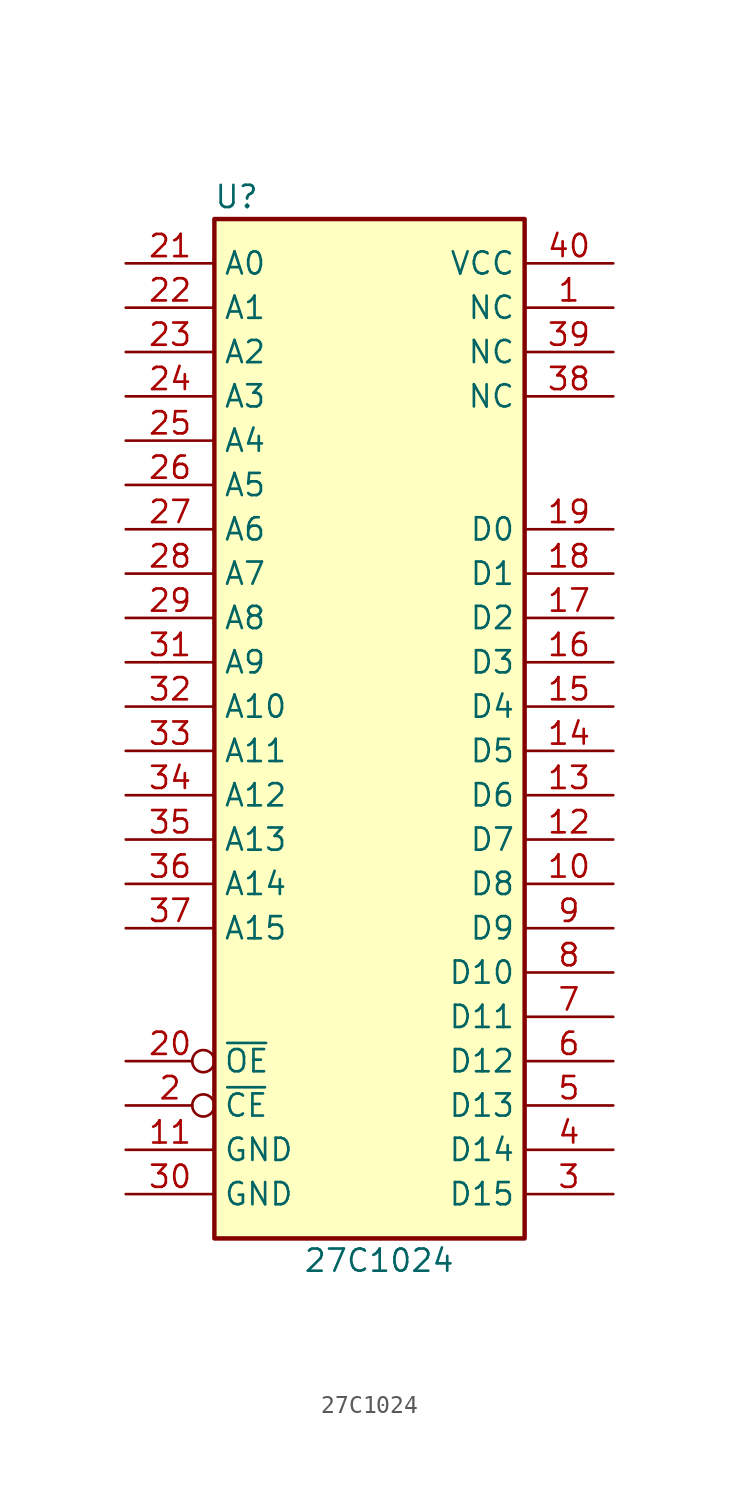
<source format=kicad_sym>
(kicad_symbol_lib
  (version 20211014)
  (generator kicad_symbol_editor)
  (symbol "27C1024"
    (property "Reference" "U"
      (at -7.62 26.67 0)
      (effects (font (size 1.27 1.27))))
    (property "Value" "27C1024"
      (at -3.81 -34.29 0)
      (effects (font (size 1.27 1.27)) (justify left)))
    (symbol "27C1024_0_0"
      (pin input line (at 13.97 20.32 180) (length 5.08) (name "NC" (effects (font (size 1.27 1.27)))) (number "1" (effects (font (size 1.27 1.27)))))
      (pin power_in line (at -13.97 -30.48 0) (length 5.08) (name "GND" (effects (font (size 1.27 1.27)))) (number "30" (effects (font (size 1.27 1.27)))))
      (pin input line (at 13.97 15.24 180) (length 5.08) (name "NC" (effects (font (size 1.27 1.27)))) (number "38" (effects (font (size 1.27 1.27)))))
      (pin input line (at 13.97 17.78 180) (length 5.08) (name "NC" (effects (font (size 1.27 1.27)))) (number "39" (effects (font (size 1.27 1.27))))))
    (symbol "27C1024_1_1"
      (rectangle (start -8.89 25.4) (end 8.89 -33.02) (stroke (width 0.254) (type default) (color 0 0 0 0)) (fill (type background)))
      (pin tri_state line (at 13.97 -12.7 180) (length 5.08) (name "D8" (effects (font (size 1.27 1.27)))) (number "10" (effects (font (size 1.27 1.27)))))
      (pin power_in line (at -13.97 -27.94 0) (length 5.08) (name "GND" (effects (font (size 1.27 1.27)))) (number "11" (effects (font (size 1.27 1.27)))))
      (pin tri_state line (at 13.97 -10.16 180) (length 5.08) (name "D7" (effects (font (size 1.27 1.27)))) (number "12" (effects (font (size 1.27 1.27)))))
      (pin tri_state line (at 13.97 -7.62 180) (length 5.08) (name "D6" (effects (font (size 1.27 1.27)))) (number "13" (effects (font (size 1.27 1.27)))))
      (pin tri_state line (at 13.97 -5.08 180) (length 5.08) (name "D5" (effects (font (size 1.27 1.27)))) (number "14" (effects (font (size 1.27 1.27)))))
      (pin tri_state line (at 13.97 -2.54 180) (length 5.08) (name "D4" (effects (font (size 1.27 1.27)))) (number "15" (effects (font (size 1.27 1.27)))))
      (pin tri_state line (at 13.97 0 180) (length 5.08) (name "D3" (effects (font (size 1.27 1.27)))) (number "16" (effects (font (size 1.27 1.27)))))
      (pin tri_state line (at 13.97 2.54 180) (length 5.08) (name "D2" (effects (font (size 1.27 1.27)))) (number "17" (effects (font (size 1.27 1.27)))))
      (pin tri_state line (at 13.97 5.08 180) (length 5.08) (name "D1" (effects (font (size 1.27 1.27)))) (number "18" (effects (font (size 1.27 1.27)))))
      (pin tri_state line (at 13.97 7.62 180) (length 5.08) (name "D0" (effects (font (size 1.27 1.27)))) (number "19" (effects (font (size 1.27 1.27)))))
      (pin input inverted (at -13.97 -25.4 0) (length 5.08) (name "~{CE}" (effects (font (size 1.27 1.27)))) (number "2" (effects (font (size 1.27 1.27)))))
      (pin input inverted (at -13.97 -22.86 0) (length 5.08) (name "~{OE}" (effects (font (size 1.27 1.27)))) (number "20" (effects (font (size 1.27 1.27)))))
      (pin tri_state line (at -13.97 22.86 0) (length 5.08) (name "A0" (effects (font (size 1.27 1.27)))) (number "21" (effects (font (size 1.27 1.27)))))
      (pin tri_state line (at -13.97 20.32 0) (length 5.08) (name "A1" (effects (font (size 1.27 1.27)))) (number "22" (effects (font (size 1.27 1.27)))))
      (pin tri_state line (at -13.97 17.78 0) (length 5.08) (name "A2" (effects (font (size 1.27 1.27)))) (number "23" (effects (font (size 1.27 1.27)))))
      (pin tri_state line (at -13.97 15.24 0) (length 5.08) (name "A3" (effects (font (size 1.27 1.27)))) (number "24" (effects (font (size 1.27 1.27)))))
      (pin tri_state line (at -13.97 12.7 0) (length 5.08) (name "A4" (effects (font (size 1.27 1.27)))) (number "25" (effects (font (size 1.27 1.27)))))
      (pin tri_state line (at -13.97 10.16 0) (length 5.08) (name "A5" (effects (font (size 1.27 1.27)))) (number "26" (effects (font (size 1.27 1.27)))))
      (pin tri_state line (at -13.97 7.62 0) (length 5.08) (name "A6" (effects (font (size 1.27 1.27)))) (number "27" (effects (font (size 1.27 1.27)))))
      (pin tri_state line (at -13.97 5.08 0) (length 5.08) (name "A7" (effects (font (size 1.27 1.27)))) (number "28" (effects (font (size 1.27 1.27)))))
      (pin tri_state line (at -13.97 2.54 0) (length 5.08) (name "A8" (effects (font (size 1.27 1.27)))) (number "29" (effects (font (size 1.27 1.27)))))
      (pin tri_state line (at 13.97 -30.48 180) (length 5.08) (name "D15" (effects (font (size 1.27 1.27)))) (number "3" (effects (font (size 1.27 1.27)))))
      (pin tri_state line (at -13.97 0 0) (length 5.08) (name "A9" (effects (font (size 1.27 1.27)))) (number "31" (effects (font (size 1.27 1.27)))))
      (pin tri_state line (at -13.97 -2.54 0) (length 5.08) (name "A10" (effects (font (size 1.27 1.27)))) (number "32" (effects (font (size 1.27 1.27)))))
      (pin tri_state line (at -13.97 -5.08 0) (length 5.08) (name "A11" (effects (font (size 1.27 1.27)))) (number "33" (effects (font (size 1.27 1.27)))))
      (pin tri_state line (at -13.97 -7.62 0) (length 5.08) (name "A12" (effects (font (size 1.27 1.27)))) (number "34" (effects (font (size 1.27 1.27)))))
      (pin tri_state line (at -13.97 -10.16 0) (length 5.08) (name "A13" (effects (font (size 1.27 1.27)))) (number "35" (effects (font (size 1.27 1.27)))))
      (pin tri_state line (at -13.97 -12.7 0) (length 5.08) (name "A14" (effects (font (size 1.27 1.27)))) (number "36" (effects (font (size 1.27 1.27)))))
      (pin tri_state line (at -13.97 -15.24 0) (length 5.08) (name "A15" (effects (font (size 1.27 1.27)))) (number "37" (effects (font (size 1.27 1.27)))))
      (pin tri_state line (at 13.97 -27.94 180) (length 5.08) (name "D14" (effects (font (size 1.27 1.27)))) (number "4" (effects (font (size 1.27 1.27)))))
      (pin power_in line (at 13.97 22.86 180) (length 5.08) (name "VCC" (effects (font (size 1.27 1.27)))) (number "40" (effects (font (size 1.27 1.27)))))
      (pin tri_state line (at 13.97 -25.4 180) (length 5.08) (name "D13" (effects (font (size 1.27 1.27)))) (number "5" (effects (font (size 1.27 1.27)))))
      (pin tri_state line (at 13.97 -22.86 180) (length 5.08) (name "D12" (effects (font (size 1.27 1.27)))) (number "6" (effects (font (size 1.27 1.27)))))
      (pin tri_state line (at 13.97 -20.32 180) (length 5.08) (name "D11" (effects (font (size 1.27 1.27)))) (number "7" (effects (font (size 1.27 1.27)))))
      (pin tri_state line (at 13.97 -17.78 180) (length 5.08) (name "D10" (effects (font (size 1.27 1.27)))) (number "8" (effects (font (size 1.27 1.27)))))
      (pin tri_state line (at 13.97 -15.24 180) (length 5.08) (name "D9" (effects (font (size 1.27 1.27)))) (number "9" (effects (font (size 1.27 1.27))))))))
</source>
